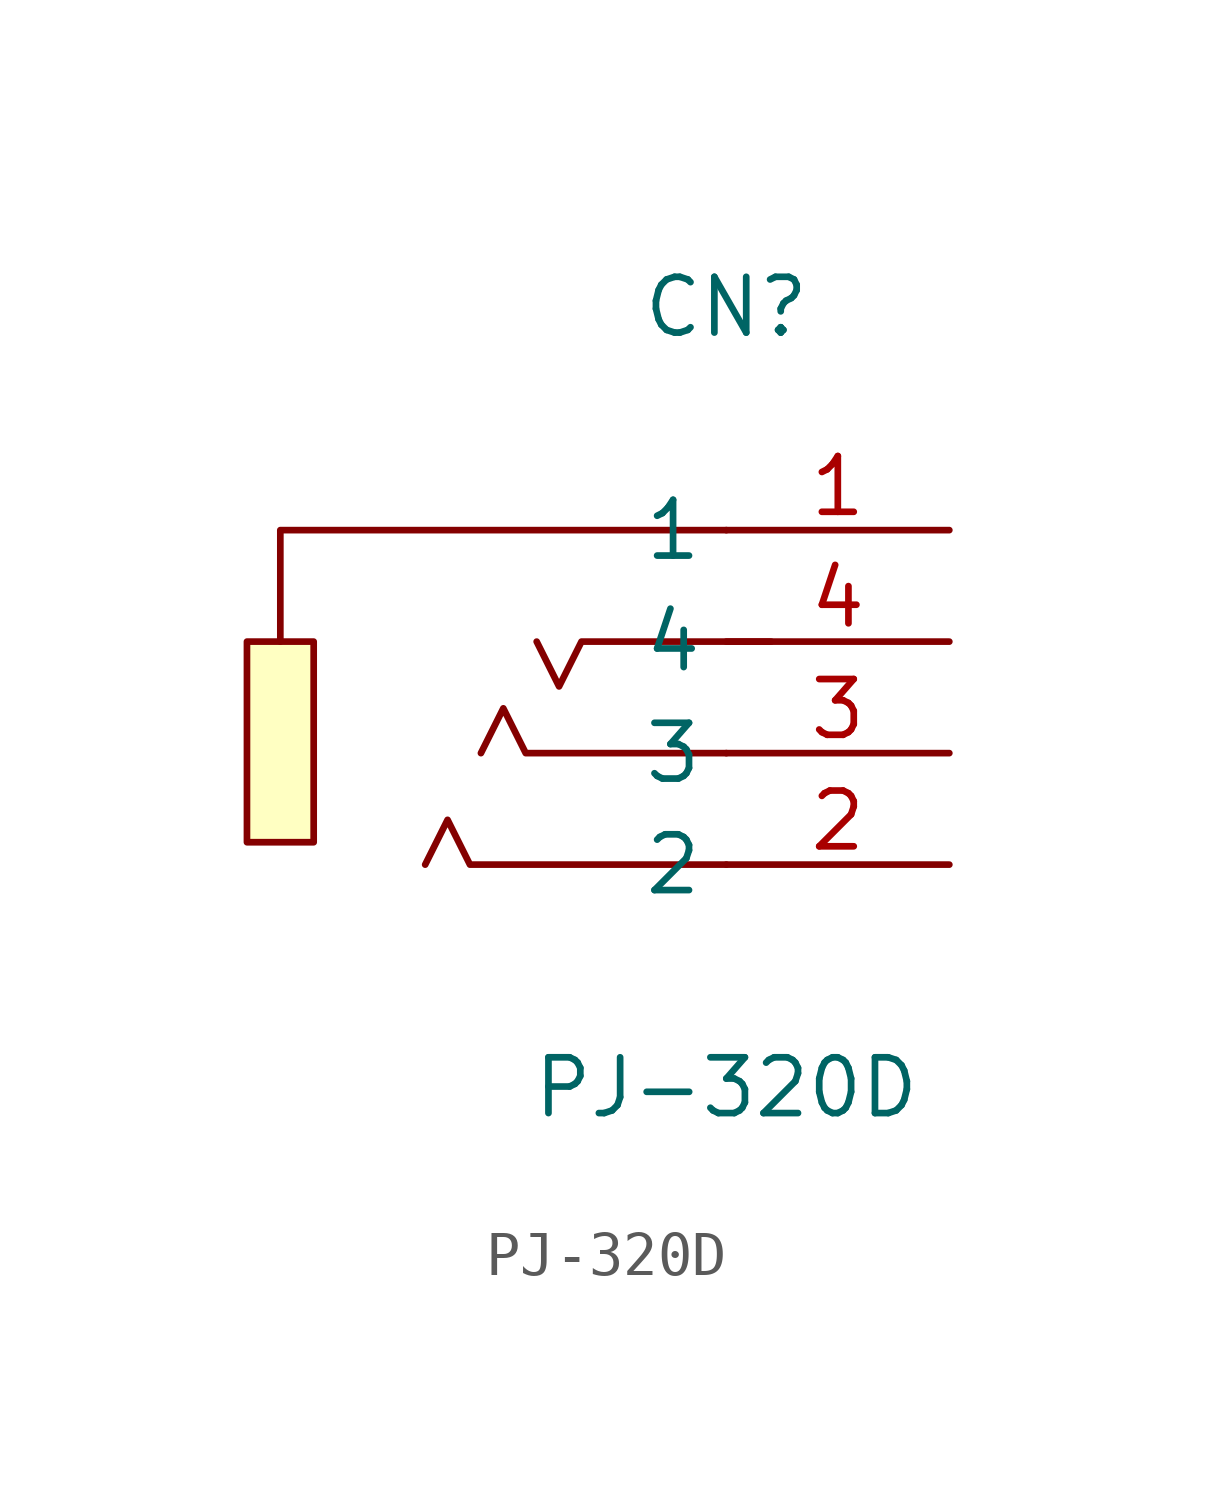
<source format=kicad_sym>
(kicad_symbol_lib
  (version 20241209)
  (generator "kicad_symbol_editor")
  (generator_version "9.0")
  (symbol "PJ-320D"
    (property "Reference" "CN"
      (at 0 7.62 0)
      (effects (font (size 1.27 1.27))))
    (property "Value" "PJ-320D"
      (at 0 -10.16 0)
      (effects (font (size 1.27 1.27))))
    (symbol "PJ-320D_0_1"
      (rectangle (start -10.92 0) (end -9.4 -4.57) (stroke (width 0) (type default)) (fill (type background)))
      (polyline (pts (xy 0 2.54) (xy -10.16 2.54) (xy -10.16 0)) (stroke (width 0) (type default)) (fill (type none)))
      (polyline (pts (xy 0 -2.54) (xy -4.57 -2.54) (xy -5.08 -1.52) (xy -5.59 -2.54)) (stroke (width 0) (type default)) (fill (type none)))
      (polyline (pts (xy 0 -5.08) (xy -5.84 -5.08) (xy -6.35 -4.06) (xy -6.86 -5.08)) (stroke (width 0) (type default)) (fill (type none)))
      (polyline (pts (xy 1.02 0) (xy -3.3 0) (xy -3.81 -1.02) (xy -4.32 0)) (stroke (width 0) (type default)) (fill (type none)))
      (pin unspecified line (at 5.08 2.54 180) (length 5.08) (name "1" (effects (font (size 1.27 1.27)))) (number "1" (effects (font (size 1.27 1.27)))))
      (pin unspecified line (at 5.08 0 180) (length 5.08) (name "4" (effects (font (size 1.27 1.27)))) (number "4" (effects (font (size 1.27 1.27)))))
      (pin unspecified line (at 5.08 -2.54 180) (length 5.08) (name "3" (effects (font (size 1.27 1.27)))) (number "3" (effects (font (size 1.27 1.27)))))
      (pin unspecified line (at 5.08 -5.08 180) (length 5.08) (name "2" (effects (font (size 1.27 1.27)))) (number "2" (effects (font (size 1.27 1.27))))))))
</source>
